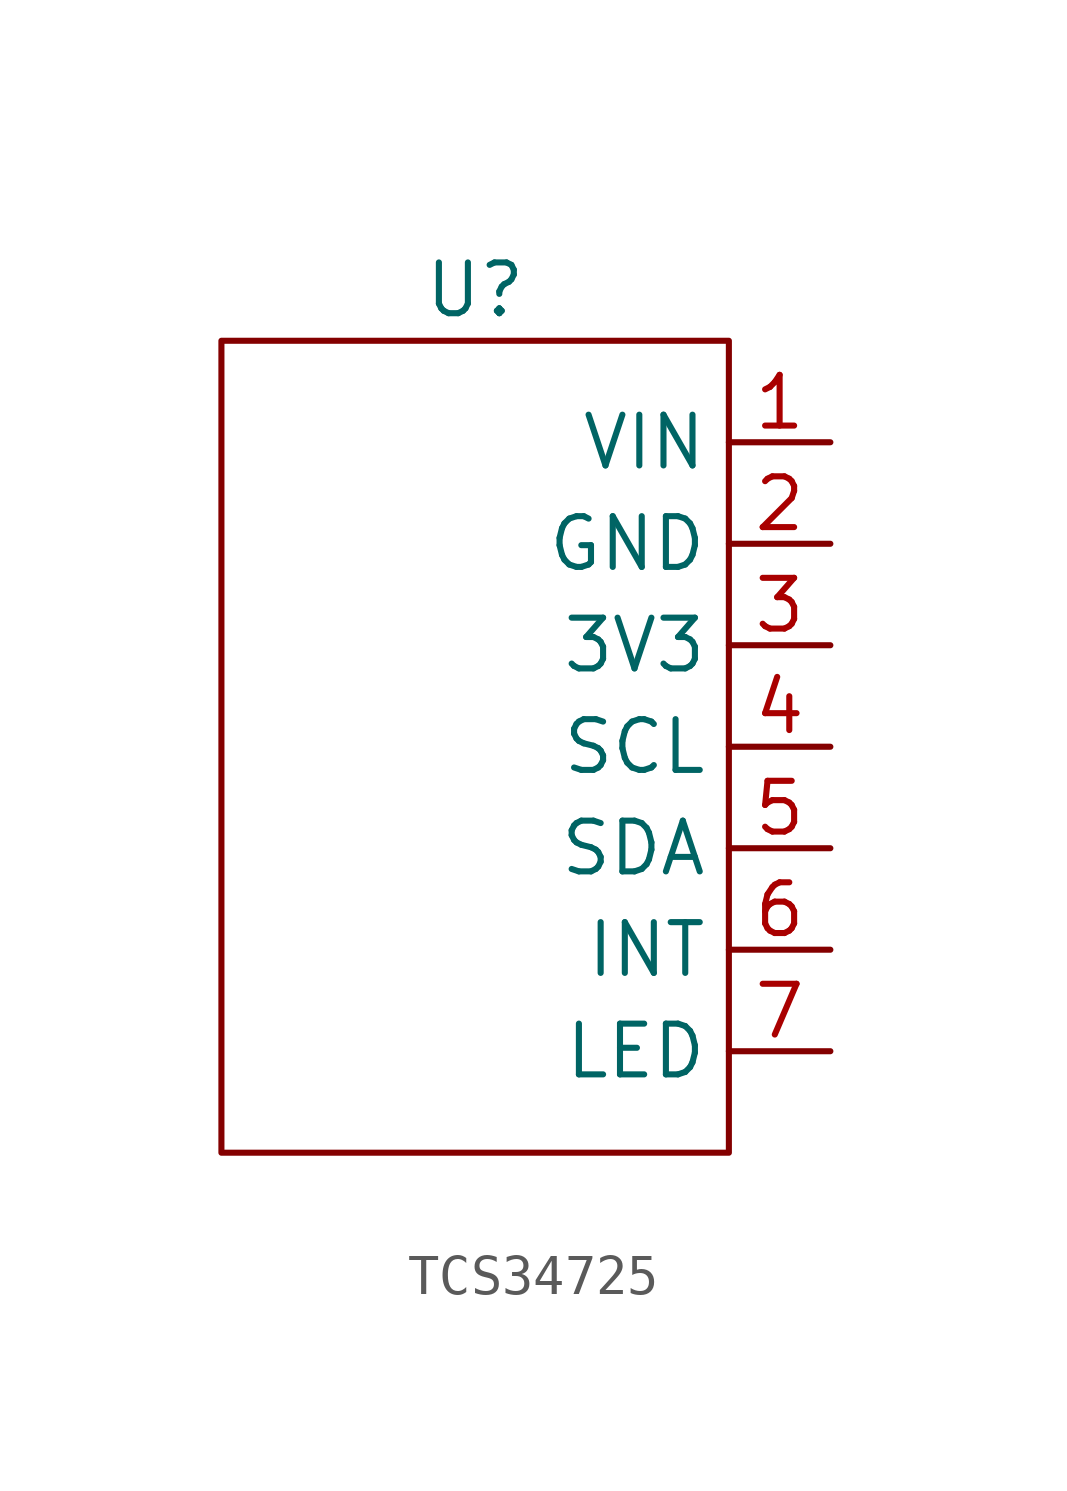
<source format=kicad_sym>
(kicad_symbol_lib
  (version 20241209)
  (generator "kicad_symbol_editor")
  (generator_version "9.0")
  (symbol "TCS34725"
    (property "Reference" "U"
      (at 0 0 0)
      (effects (font (size 1.27 1.27))))
    (property "Value" ""
      (at 0 0 0)
      (effects (font (size 1.27 1.27))))
    (symbol "TCS34725_0_1"
      (rectangle (start -6.35 -1.27) (end 6.35 -21.59) (stroke (width 0) (type default)) (fill (type none))))
    (symbol "TCS34725_1_1"
      (pin input line (at 8.89 -3.81 180) (length 2.54) (name "VIN" (effects (font (size 1.27 1.27)))) (number "1" (effects (font (size 1.27 1.27)))))
      (pin input line (at 8.89 -6.35 180) (length 2.54) (name "GND" (effects (font (size 1.27 1.27)))) (number "2" (effects (font (size 1.27 1.27)))))
      (pin input line (at 8.89 -8.89 180) (length 2.54) (name "3V3" (effects (font (size 1.27 1.27)))) (number "3" (effects (font (size 1.27 1.27)))))
      (pin input line (at 8.89 -11.43 180) (length 2.54) (name "SCL" (effects (font (size 1.27 1.27)))) (number "4" (effects (font (size 1.27 1.27)))))
      (pin input line (at 8.89 -13.97 180) (length 2.54) (name "SDA" (effects (font (size 1.27 1.27)))) (number "5" (effects (font (size 1.27 1.27)))))
      (pin input line (at 8.89 -16.51 180) (length 2.54) (name "INT" (effects (font (size 1.27 1.27)))) (number "6" (effects (font (size 1.27 1.27)))))
      (pin input line (at 8.89 -19.05 180) (length 2.54) (name "LED" (effects (font (size 1.27 1.27)))) (number "7" (effects (font (size 1.27 1.27))))))))
</source>
